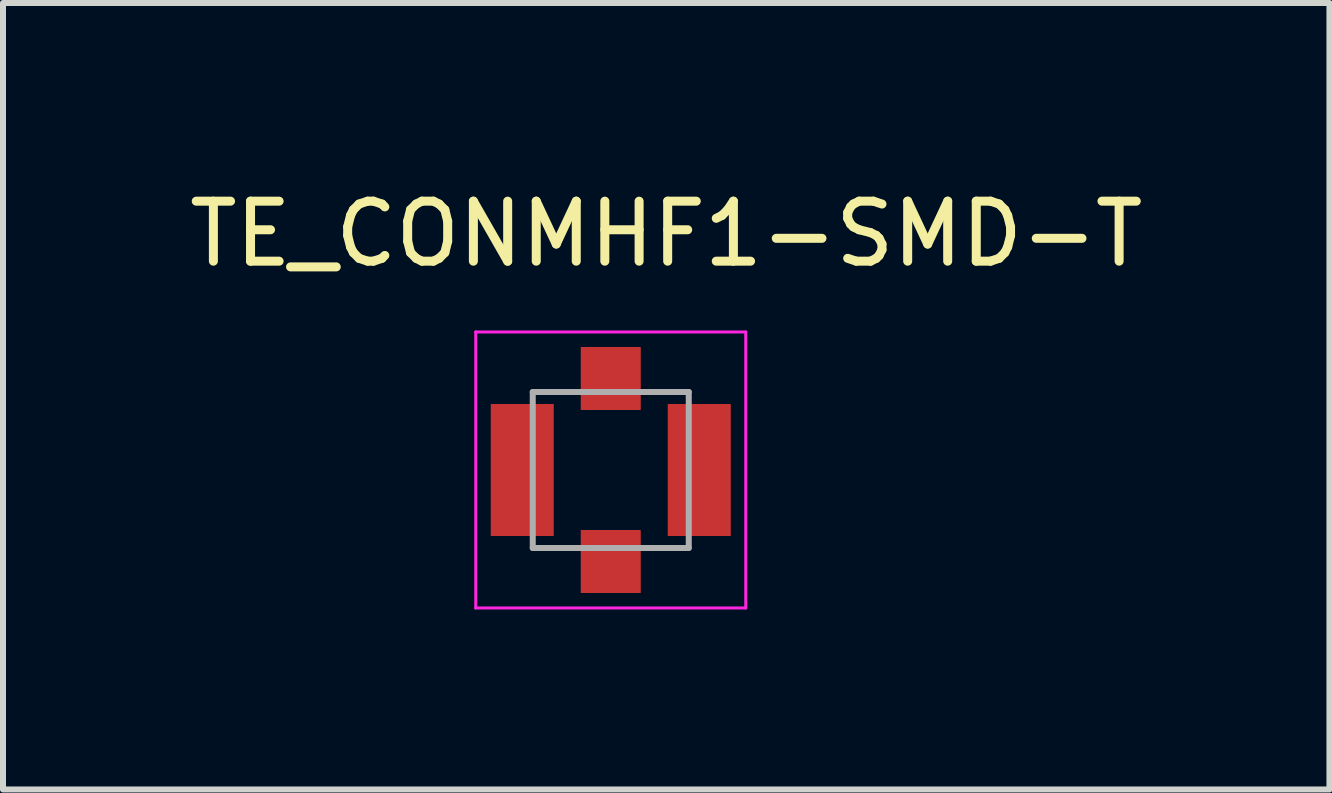
<source format=kicad_pcb>
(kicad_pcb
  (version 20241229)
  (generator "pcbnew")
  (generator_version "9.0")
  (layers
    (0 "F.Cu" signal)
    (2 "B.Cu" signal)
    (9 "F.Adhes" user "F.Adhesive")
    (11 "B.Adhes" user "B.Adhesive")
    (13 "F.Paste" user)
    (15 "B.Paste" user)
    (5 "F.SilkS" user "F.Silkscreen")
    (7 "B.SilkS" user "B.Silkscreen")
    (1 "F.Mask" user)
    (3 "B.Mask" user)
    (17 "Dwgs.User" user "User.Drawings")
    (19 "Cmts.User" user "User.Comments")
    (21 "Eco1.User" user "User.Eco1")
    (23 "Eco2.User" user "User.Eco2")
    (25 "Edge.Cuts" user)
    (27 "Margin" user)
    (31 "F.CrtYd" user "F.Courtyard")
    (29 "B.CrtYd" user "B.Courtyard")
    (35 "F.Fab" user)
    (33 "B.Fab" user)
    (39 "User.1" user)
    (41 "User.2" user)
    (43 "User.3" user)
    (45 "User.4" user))
  (footprint "TE_CONMHF1-SMD-T"
    (layer "F.Cu")
    (at 7.129 4.783)
    (property "Reference" "TE_CONMHF1-SMD-T" (at 0.925 -3.935 0) (layer "F.SilkS") (effects (font (size 1 1) (thickness 0.15))))
    (attr smd)
    (fp_line (start -2.25 -2.3) (end -2.25 2.3) (stroke (width 0.05) (type solid)) (layer "F.CrtYd"))
    (fp_line (start -2.25 2.3) (end 2.25 2.3) (stroke (width 0.05) (type solid)) (layer "F.CrtYd"))
    (fp_line (start 2.25 -2.3) (end -2.25 -2.3) (stroke (width 0.05) (type solid)) (layer "F.CrtYd"))
    (fp_line (start 2.25 2.3) (end 2.25 -2.3) (stroke (width 0.05) (type solid)) (layer "F.CrtYd"))
    (fp_line (start -1.3 -1.3) (end -1.3 1.3) (stroke (width 0.1) (type solid)) (layer "F.Fab"))
    (fp_line (start -1.3 1.3) (end 1.3 1.3) (stroke (width 0.1) (type solid)) (layer "F.Fab"))
    (fp_line (start 1.3 -1.3) (end -1.3 -1.3) (stroke (width 0.1) (type solid)) (layer "F.Fab"))
    (fp_line (start 1.3 1.3) (end 1.3 -1.3) (stroke (width 0.1) (type solid)) (layer "F.Fab"))
    (pad "1" smd rect (at 0 -1.525) (size 1 1.05) (layers "F.Cu" "F.Mask" "F.Paste"))
    (pad "2" smd rect (at -1.475 0) (size 1.05 2.2) (layers "F.Cu" "F.Mask" "F.Paste"))
    (pad "3" smd rect (at 1.475 0) (size 1.05 2.2) (layers "F.Cu" "F.Mask" "F.Paste"))
    (pad "4" smd rect (at 0 1.525) (size 1 1.05) (layers "F.Cu" "F.Mask" "F.Paste"))
    (zone (net_name "") (layer "F.Cu") (hatch full 0.508) (connect_pads) (min_thickness 0.01) (filled_areas_thickness no) (keepout (tracks not_allowed) (vias not_allowed) (pads not_allowed) (copperpour not_allowed) (footprints allowed)) (placement (enabled no)) (fill) (polygon (pts (xy 6.179 3.783) (xy 8.079 3.783) (xy 8.079 5.783) (xy 6.179 5.783))))
    (zone (net_name "") (layers "F.Cu" "B.Cu") (hatch full 0.508) (connect_pads) (min_thickness 0.01) (filled_areas_thickness no) (keepout (tracks allowed) (vias not_allowed) (pads allowed) (copperpour allowed) (footprints allowed)) (placement (enabled no)) (fill) (polygon (pts (xy 6.179 3.783) (xy 8.079 3.783) (xy 8.079 5.783) (xy 6.179 5.783))))
    (zone (net_name "") (layer "B.Cu") (hatch full 0.508) (connect_pads) (min_thickness 0.01) (filled_areas_thickness no) (keepout (tracks not_allowed) (vias not_allowed) (pads not_allowed) (copperpour not_allowed) (footprints allowed)) (placement (enabled no)) (fill) (polygon (pts (xy 6.179 3.783) (xy 8.079 3.783) (xy 8.079 5.783) (xy 6.179 5.783)))))
  (gr_rect
    (start -3 -3)
    (end 19.107 10.108)
    (stroke (width 0.1) (type default))
    (fill no)
    (layer "Edge.Cuts")))
</source>
